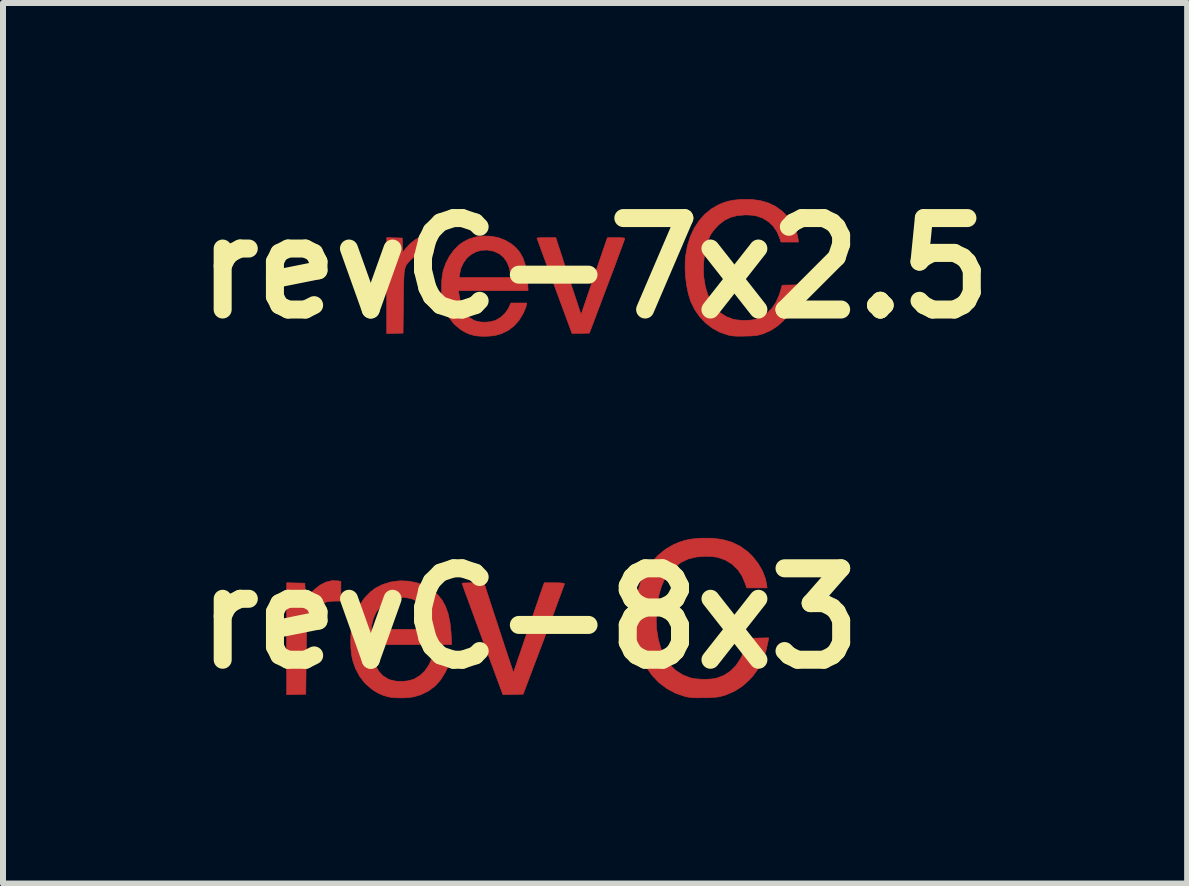
<source format=kicad_pcb>
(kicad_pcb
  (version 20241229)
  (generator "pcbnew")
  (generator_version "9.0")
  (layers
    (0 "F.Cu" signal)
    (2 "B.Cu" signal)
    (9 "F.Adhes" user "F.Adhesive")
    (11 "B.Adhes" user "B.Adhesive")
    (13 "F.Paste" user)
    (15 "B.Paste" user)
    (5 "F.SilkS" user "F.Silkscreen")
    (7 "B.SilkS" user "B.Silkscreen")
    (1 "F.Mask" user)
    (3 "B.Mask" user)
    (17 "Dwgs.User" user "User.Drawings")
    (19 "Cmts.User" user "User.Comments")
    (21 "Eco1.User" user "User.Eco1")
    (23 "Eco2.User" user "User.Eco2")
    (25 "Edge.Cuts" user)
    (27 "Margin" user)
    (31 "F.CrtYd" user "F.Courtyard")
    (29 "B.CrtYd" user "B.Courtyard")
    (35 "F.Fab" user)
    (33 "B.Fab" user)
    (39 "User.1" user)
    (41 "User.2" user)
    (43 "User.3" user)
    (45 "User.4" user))
  (footprint "revC-8x3"
    (layer "F.Cu")
    (at 5.777 7.254)
    (property "Reference" "revC-8x3" (at 0 0 0) (layer "F.SilkS") (effects (font (size 1.524 1.524) (thickness 0.3))))
    (attr through_hole)
    (fp_poly (pts (xy -3.202 -0.626) (xy -3.147 -0.617) (xy -3.147 -0.453) (xy -3.147 -0.289) (xy -3.263 -0.288) (xy -3.369 -0.279) (xy -3.457 -0.253) (xy -3.533 -0.208) (xy -3.592 -0.153) (xy -3.621 -0.122) (xy -3.645 -0.095) (xy -3.665 -0.068) (xy -3.68 -0.039) (xy -3.693 -0.005) (xy -3.703 0.037) (xy -3.71 0.09) (xy -3.715 0.156) (xy -3.719 0.238) (xy -3.721 0.339) (xy -3.723 0.462) (xy -3.725 0.61) (xy -3.725 0.656) (xy -3.732 1.263) (xy -3.891 1.267) (xy -4.05 1.271) (xy -4.05 -0.594) (xy -3.898 -0.59) (xy -3.747 -0.586) (xy -3.742 -0.447) (xy -3.738 -0.309) (xy -3.685 -0.377) (xy -3.594 -0.476) (xy -3.498 -0.552) (xy -3.399 -0.603) (xy -3.299 -0.628) (xy -3.202 -0.626)) (stroke (width 0.01) (type solid)) (fill yes) (layer "F.Cu"))
    (fp_poly (pts (xy -0.615 -0.138) (xy -0.574 -0.012) (xy -0.53 0.12) (xy -0.487 0.253) (xy -0.445 0.38) (xy -0.408 0.494) (xy -0.376 0.59) (xy -0.369 0.611) (xy -0.272 0.904) (xy -0.042 0.23) (xy 0.004 0.095) (xy 0.048 -0.033) (xy 0.089 -0.153) (xy 0.126 -0.26) (xy 0.158 -0.354) (xy 0.184 -0.429) (xy 0.203 -0.484) (xy 0.214 -0.516) (xy 0.215 -0.519) (xy 0.242 -0.593) (xy 0.41 -0.593) (xy 0.486 -0.592) (xy 0.537 -0.589) (xy 0.567 -0.584) (xy 0.578 -0.577) (xy 0.578 -0.575) (xy 0.573 -0.559) (xy 0.559 -0.519) (xy 0.536 -0.457) (xy 0.506 -0.375) (xy 0.469 -0.276) (xy 0.427 -0.16) (xy 0.379 -0.032) (xy 0.326 0.107) (xy 0.27 0.256) (xy 0.234 0.353) (xy -0.11 1.263) (xy -0.278 1.267) (xy -0.447 1.271) (xy -0.788 0.347) (xy -0.845 0.193) (xy -0.899 0.046) (xy -0.949 -0.09) (xy -0.994 -0.214) (xy -1.034 -0.324) (xy -1.069 -0.417) (xy -1.096 -0.492) (xy -1.115 -0.546) (xy -1.127 -0.578) (xy -1.129 -0.585) (xy -1.116 -0.588) (xy -1.079 -0.59) (xy -1.026 -0.592) (xy -0.959 -0.593) (xy -0.946 -0.593) (xy -0.763 -0.593) (xy -0.615 -0.138)) (stroke (width 0.01) (type solid)) (fill yes) (layer "F.Cu"))
    (fp_poly (pts (xy -2.023 -0.621) (xy -1.88 -0.593) (xy -1.746 -0.541) (xy -1.739 -0.538) (xy -1.628 -0.472) (xy -1.536 -0.396) (xy -1.461 -0.305) (xy -1.403 -0.199) (xy -1.359 -0.074) (xy -1.329 0.071) (xy -1.311 0.239) (xy -1.308 0.3) (xy -1.302 0.437) (xy -2.655 0.437) (xy -2.646 0.504) (xy -2.618 0.654) (xy -2.574 0.779) (xy -2.517 0.881) (xy -2.444 0.959) (xy -2.356 1.013) (xy -2.324 1.025) (xy -2.232 1.046) (xy -2.131 1.051) (xy -2.03 1.041) (xy -1.941 1.017) (xy -1.925 1.01) (xy -1.831 0.954) (xy -1.749 0.877) (xy -1.687 0.788) (xy -1.672 0.76) (xy -1.635 0.677) (xy -1.327 0.677) (xy -1.335 0.723) (xy -1.345 0.756) (xy -1.364 0.806) (xy -1.39 0.864) (xy -1.402 0.889) (xy -1.478 1.015) (xy -1.573 1.123) (xy -1.686 1.209) (xy -1.815 1.272) (xy -1.929 1.306) (xy -2.008 1.318) (xy -2.1 1.324) (xy -2.195 1.324) (xy -2.283 1.319) (xy -2.355 1.308) (xy -2.367 1.305) (xy -2.45 1.279) (xy -2.519 1.249) (xy -2.588 1.209) (xy -2.634 1.177) (xy -2.744 1.082) (xy -2.834 0.966) (xy -2.906 0.829) (xy -2.952 0.693) (xy -2.969 0.605) (xy -2.98 0.498) (xy -2.983 0.381) (xy -2.98 0.264) (xy -2.973 0.183) (xy -2.643 0.183) (xy -1.633 0.183) (xy -1.641 0.116) (xy -1.668 -0.013) (xy -1.714 -0.123) (xy -1.779 -0.212) (xy -1.862 -0.28) (xy -1.963 -0.326) (xy -1.975 -0.33) (xy -2.093 -0.352) (xy -2.206 -0.347) (xy -2.312 -0.318) (xy -2.408 -0.267) (xy -2.491 -0.195) (xy -2.559 -0.104) (xy -2.607 0.003) (xy -2.634 0.116) (xy -2.643 0.183) (xy -2.973 0.183) (xy -2.971 0.154) (xy -2.954 0.061) (xy -2.951 0.049) (xy -2.903 -0.091) (xy -2.835 -0.222) (xy -2.752 -0.341) (xy -2.656 -0.44) (xy -2.573 -0.503) (xy -2.448 -0.566) (xy -2.312 -0.607) (xy -2.168 -0.626) (xy -2.023 -0.621)) (stroke (width 0.01) (type solid)) (fill yes) (layer "F.Cu"))
    (fp_poly (pts (xy 3.04 -1.336) (xy 3.211 -1.314) (xy 3.365 -1.27) (xy 3.503 -1.204) (xy 3.627 -1.115) (xy 3.707 -1.039) (xy 3.802 -0.92) (xy 3.876 -0.794) (xy 3.926 -0.665) (xy 3.946 -0.571) (xy 3.955 -0.508) (xy 3.615 -0.508) (xy 3.591 -0.582) (xy 3.536 -0.709) (xy 3.462 -0.817) (xy 3.368 -0.906) (xy 3.258 -0.973) (xy 3.133 -1.017) (xy 3.082 -1.025) (xy 3.016 -1.031) (xy 2.944 -1.035) (xy 2.921 -1.035) (xy 2.773 -1.023) (xy 2.64 -0.99) (xy 2.521 -0.933) (xy 2.413 -0.851) (xy 2.367 -0.805) (xy 2.321 -0.753) (xy 2.279 -0.699) (xy 2.247 -0.651) (xy 2.241 -0.641) (xy 2.195 -0.536) (xy 2.158 -0.41) (xy 2.13 -0.271) (xy 2.112 -0.123) (xy 2.107 0.025) (xy 2.113 0.168) (xy 2.115 0.184) (xy 2.144 0.361) (xy 2.192 0.52) (xy 2.257 0.657) (xy 2.338 0.774) (xy 2.436 0.87) (xy 2.55 0.942) (xy 2.679 0.992) (xy 2.689 0.994) (xy 2.759 1.007) (xy 2.846 1.014) (xy 2.938 1.015) (xy 3.026 1.01) (xy 3.099 1) (xy 3.114 0.996) (xy 3.235 0.95) (xy 3.343 0.879) (xy 3.437 0.785) (xy 3.515 0.667) (xy 3.578 0.527) (xy 3.604 0.448) (xy 3.637 0.332) (xy 3.809 0.328) (xy 3.981 0.324) (xy 3.972 0.377) (xy 3.934 0.549) (xy 3.88 0.701) (xy 3.809 0.836) (xy 3.718 0.96) (xy 3.655 1.029) (xy 3.54 1.131) (xy 3.419 1.209) (xy 3.284 1.269) (xy 3.253 1.28) (xy 3.205 1.294) (xy 3.161 1.305) (xy 3.114 1.312) (xy 3.057 1.316) (xy 2.984 1.32) (xy 2.914 1.321) (xy 2.819 1.323) (xy 2.747 1.322) (xy 2.689 1.318) (xy 2.64 1.312) (xy 2.593 1.302) (xy 2.585 1.3) (xy 2.427 1.246) (xy 2.281 1.167) (xy 2.149 1.066) (xy 2.034 0.944) (xy 1.937 0.804) (xy 1.861 0.648) (xy 1.851 0.622) (xy 1.813 0.493) (xy 1.783 0.346) (xy 1.762 0.187) (xy 1.752 0.026) (xy 1.753 -0.13) (xy 1.762 -0.249) (xy 1.798 -0.441) (xy 1.854 -0.618) (xy 1.93 -0.78) (xy 2.024 -0.924) (xy 2.136 -1.049) (xy 2.264 -1.153) (xy 2.392 -1.227) (xy 2.494 -1.271) (xy 2.592 -1.302) (xy 2.697 -1.322) (xy 2.818 -1.334) (xy 2.852 -1.336) (xy 3.04 -1.336)) (stroke (width 0.01) (type solid)) (fill yes) (layer "F.Cu")))
  (footprint "revC-7x2.5"
    (layer "F.Cu")
    (at 6.865 1.418)
    (property "Reference" "revC-7x2.5" (at 0 0 0) (layer "F.SilkS") (effects (font (size 1.524 1.524) (thickness 0.3))))
    (attr through_hole)
    (fp_poly (pts (xy -2.744 -0.537) (xy -2.697 -0.529) (xy -2.697 -0.389) (xy -2.697 -0.248) (xy -2.797 -0.247) (xy -2.888 -0.239) (xy -2.963 -0.217) (xy -3.028 -0.178) (xy -3.079 -0.131) (xy -3.103 -0.105) (xy -3.124 -0.081) (xy -3.141 -0.058) (xy -3.155 -0.033) (xy -3.165 -0.004) (xy -3.174 0.032) (xy -3.18 0.077) (xy -3.184 0.134) (xy -3.187 0.204) (xy -3.19 0.291) (xy -3.191 0.396) (xy -3.193 0.523) (xy -3.193 0.562) (xy -3.199 1.083) (xy -3.471 1.089) (xy -3.471 -0.509) (xy -3.341 -0.505) (xy -3.211 -0.502) (xy -3.208 -0.384) (xy -3.204 -0.265) (xy -3.158 -0.323) (xy -3.08 -0.408) (xy -2.998 -0.473) (xy -2.913 -0.517) (xy -2.828 -0.538) (xy -2.744 -0.537)) (stroke (width 0.01) (type solid)) (fill yes) (layer "F.Cu"))
    (fp_poly (pts (xy -0.527 -0.118) (xy -0.492 -0.01) (xy -0.454 0.103) (xy -0.417 0.217) (xy -0.382 0.325) (xy -0.349 0.423) (xy -0.322 0.505) (xy -0.316 0.524) (xy -0.233 0.775) (xy -0.036 0.197) (xy 0.003 0.082) (xy 0.041 -0.028) (xy 0.076 -0.131) (xy 0.108 -0.223) (xy 0.135 -0.303) (xy 0.158 -0.368) (xy 0.174 -0.415) (xy 0.183 -0.442) (xy 0.184 -0.445) (xy 0.207 -0.508) (xy 0.352 -0.508) (xy 0.417 -0.507) (xy 0.461 -0.505) (xy 0.486 -0.501) (xy 0.495 -0.494) (xy 0.495 -0.493) (xy 0.491 -0.479) (xy 0.479 -0.445) (xy 0.46 -0.392) (xy 0.434 -0.322) (xy 0.402 -0.236) (xy 0.366 -0.138) (xy 0.325 -0.027) (xy 0.28 0.092) (xy 0.232 0.219) (xy 0.2 0.302) (xy -0.094 1.083) (xy -0.239 1.086) (xy -0.383 1.089) (xy -0.675 0.297) (xy -0.724 0.165) (xy -0.77 0.04) (xy -0.813 -0.077) (xy -0.852 -0.183) (xy -0.887 -0.277) (xy -0.916 -0.358) (xy -0.939 -0.422) (xy -0.956 -0.468) (xy -0.966 -0.495) (xy -0.968 -0.501) (xy -0.956 -0.504) (xy -0.925 -0.506) (xy -0.879 -0.507) (xy -0.822 -0.508) (xy -0.811 -0.508) (xy -0.654 -0.508) (xy -0.527 -0.118)) (stroke (width 0.01) (type solid)) (fill yes) (layer "F.Cu"))
    (fp_poly (pts (xy -1.734 -0.532) (xy -1.611 -0.508) (xy -1.496 -0.464) (xy -1.49 -0.461) (xy -1.396 -0.405) (xy -1.317 -0.339) (xy -1.253 -0.262) (xy -1.202 -0.171) (xy -1.165 -0.064) (xy -1.139 0.061) (xy -1.124 0.205) (xy -1.121 0.257) (xy -1.116 0.375) (xy -2.275 0.375) (xy -2.268 0.432) (xy -2.244 0.56) (xy -2.207 0.668) (xy -2.157 0.755) (xy -2.095 0.822) (xy -2.02 0.868) (xy -1.992 0.879) (xy -1.913 0.897) (xy -1.826 0.901) (xy -1.74 0.893) (xy -1.664 0.872) (xy -1.65 0.866) (xy -1.569 0.817) (xy -1.499 0.752) (xy -1.446 0.676) (xy -1.434 0.651) (xy -1.402 0.581) (xy -1.138 0.581) (xy -1.145 0.62) (xy -1.153 0.648) (xy -1.169 0.691) (xy -1.191 0.74) (xy -1.201 0.762) (xy -1.267 0.87) (xy -1.349 0.962) (xy -1.446 1.036) (xy -1.555 1.09) (xy -1.654 1.119) (xy -1.721 1.129) (xy -1.8 1.135) (xy -1.881 1.135) (xy -1.957 1.13) (xy -2.019 1.121) (xy -2.028 1.118) (xy -2.1 1.097) (xy -2.159 1.071) (xy -2.219 1.036) (xy -2.258 1.009) (xy -2.352 0.927) (xy -2.429 0.828) (xy -2.491 0.711) (xy -2.53 0.594) (xy -2.545 0.519) (xy -2.554 0.427) (xy -2.557 0.327) (xy -2.555 0.226) (xy -2.548 0.157) (xy -2.265 0.157) (xy -1.4 0.157) (xy -1.407 0.1) (xy -1.43 -0.011) (xy -1.47 -0.105) (xy -1.525 -0.182) (xy -1.596 -0.24) (xy -1.683 -0.28) (xy -1.693 -0.283) (xy -1.794 -0.302) (xy -1.891 -0.298) (xy -1.982 -0.273) (xy -2.064 -0.229) (xy -2.136 -0.167) (xy -2.193 -0.089) (xy -2.235 0.002) (xy -2.257 0.1) (xy -2.265 0.157) (xy -2.548 0.157) (xy -2.546 0.132) (xy -2.532 0.052) (xy -2.53 0.042) (xy -2.488 -0.078) (xy -2.43 -0.191) (xy -2.358 -0.292) (xy -2.277 -0.377) (xy -2.205 -0.431) (xy -2.099 -0.486) (xy -1.982 -0.521) (xy -1.858 -0.536) (xy -1.734 -0.532)) (stroke (width 0.01) (type solid)) (fill yes) (layer "F.Cu"))
    (fp_poly (pts (xy 2.606 -1.145) (xy 2.752 -1.126) (xy 2.884 -1.088) (xy 3.003 -1.032) (xy 3.109 -0.956) (xy 3.177 -0.89) (xy 3.259 -0.789) (xy 3.322 -0.681) (xy 3.365 -0.57) (xy 3.383 -0.489) (xy 3.39 -0.435) (xy 3.098 -0.435) (xy 3.078 -0.499) (xy 3.031 -0.608) (xy 2.967 -0.701) (xy 2.887 -0.776) (xy 2.793 -0.834) (xy 2.685 -0.871) (xy 2.642 -0.879) (xy 2.585 -0.884) (xy 2.524 -0.887) (xy 2.504 -0.887) (xy 2.376 -0.877) (xy 2.263 -0.848) (xy 2.161 -0.799) (xy 2.069 -0.73) (xy 2.029 -0.69) (xy 1.99 -0.646) (xy 1.953 -0.599) (xy 1.926 -0.558) (xy 1.921 -0.55) (xy 1.881 -0.46) (xy 1.849 -0.352) (xy 1.826 -0.232) (xy 1.811 -0.105) (xy 1.806 0.022) (xy 1.811 0.144) (xy 1.813 0.158) (xy 1.838 0.31) (xy 1.879 0.445) (xy 1.934 0.564) (xy 2.004 0.664) (xy 2.088 0.745) (xy 2.186 0.808) (xy 2.296 0.85) (xy 2.305 0.852) (xy 2.365 0.863) (xy 2.439 0.869) (xy 2.518 0.87) (xy 2.593 0.866) (xy 2.656 0.857) (xy 2.669 0.854) (xy 2.773 0.814) (xy 2.866 0.753) (xy 2.946 0.672) (xy 3.013 0.572) (xy 3.067 0.452) (xy 3.089 0.384) (xy 3.118 0.284) (xy 3.265 0.281) (xy 3.412 0.277) (xy 3.404 0.323) (xy 3.372 0.471) (xy 3.326 0.601) (xy 3.265 0.717) (xy 3.187 0.823) (xy 3.133 0.882) (xy 3.034 0.969) (xy 2.931 1.036) (xy 2.815 1.088) (xy 2.788 1.097) (xy 2.747 1.109) (xy 2.71 1.118) (xy 2.669 1.124) (xy 2.621 1.128) (xy 2.558 1.131) (xy 2.498 1.132) (xy 2.417 1.134) (xy 2.354 1.133) (xy 2.305 1.13) (xy 2.263 1.124) (xy 2.222 1.116) (xy 2.216 1.114) (xy 2.08 1.068) (xy 1.955 1) (xy 1.842 0.913) (xy 1.743 0.809) (xy 1.66 0.689) (xy 1.595 0.555) (xy 1.587 0.533) (xy 1.554 0.423) (xy 1.528 0.296) (xy 1.51 0.16) (xy 1.501 0.022) (xy 1.502 -0.111) (xy 1.511 -0.214) (xy 1.541 -0.378) (xy 1.589 -0.53) (xy 1.654 -0.668) (xy 1.735 -0.792) (xy 1.831 -0.899) (xy 1.94 -0.988) (xy 2.05 -1.052) (xy 2.137 -1.089) (xy 2.222 -1.116) (xy 2.312 -1.133) (xy 2.416 -1.144) (xy 2.444 -1.145) (xy 2.606 -1.145)) (stroke (width 0.01) (type solid)) (fill yes) (layer "F.Cu")))
  (gr_rect
    (start -3 -3)
    (end 16.731 11.672)
    (stroke (width 0.1) (type default))
    (fill no)
    (layer "Edge.Cuts")))
</source>
